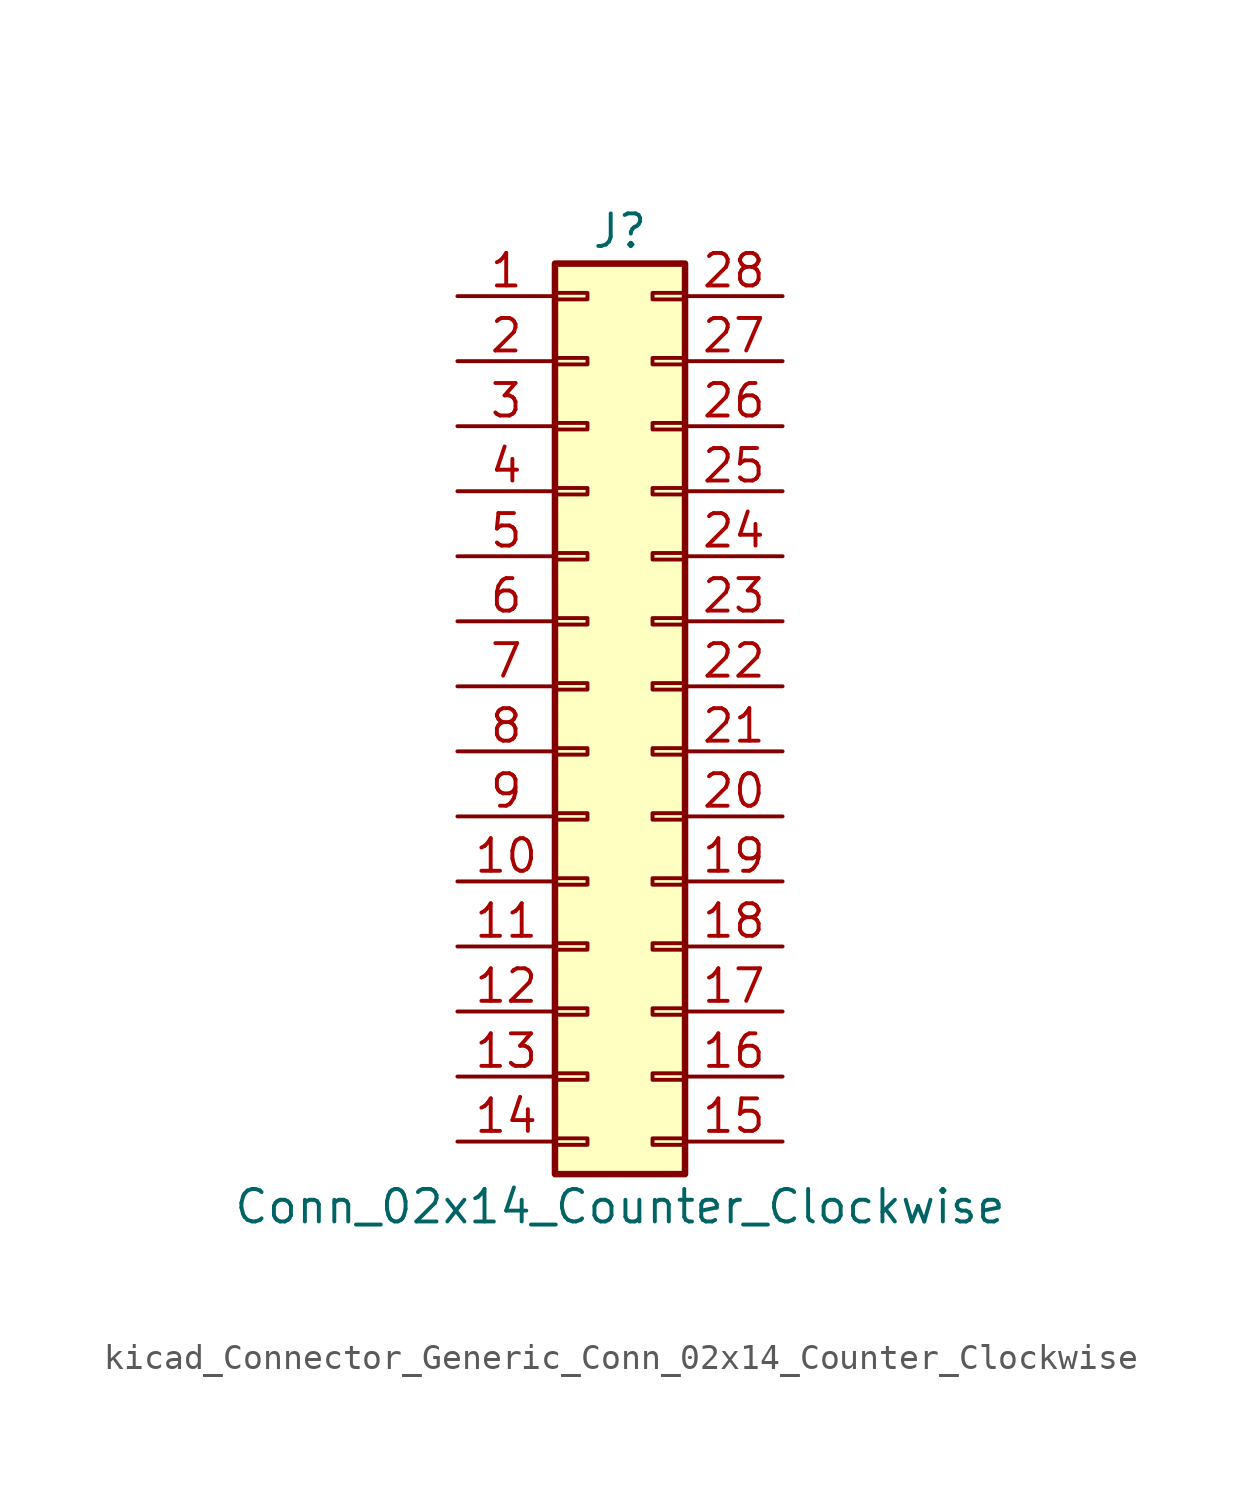
<source format=kicad_sym>
(kicad_symbol_lib
  (version 20220914)
  (generator kicad_symbol_editor)
  (symbol "kicad_Connector_Generic_Conn_02x14_Counter_Clockwise"
    (pin_names
      (offset 1.016) hide)
    (property "Reference" "J"
      (at 1.27 17.78 0)
      (effects (font (size 1.27 1.27))))
    (property "Value" "Conn_02x14_Counter_Clockwise"
      (at 1.27 -20.32 0)
      (effects (font (size 1.27 1.27))))
    (symbol "kicad_Connector_Generic_Conn_02x14_Counter_Clockwise_1_1"
      (rectangle (start -1.27 -17.653) (end 0 -17.907) (stroke (width 0.152) (type default)) (fill (type none)))
      (rectangle (start -1.27 -15.113) (end 0 -15.367) (stroke (width 0.152) (type default)) (fill (type none)))
      (rectangle (start -1.27 -12.573) (end 0 -12.827) (stroke (width 0.152) (type default)) (fill (type none)))
      (rectangle (start -1.27 -10.033) (end 0 -10.287) (stroke (width 0.152) (type default)) (fill (type none)))
      (rectangle (start -1.27 -7.493) (end 0 -7.747) (stroke (width 0.152) (type default)) (fill (type none)))
      (rectangle (start -1.27 -4.953) (end 0 -5.207) (stroke (width 0.152) (type default)) (fill (type none)))
      (rectangle (start -1.27 -2.413) (end 0 -2.667) (stroke (width 0.152) (type default)) (fill (type none)))
      (rectangle (start -1.27 0.127) (end 0 -0.127) (stroke (width 0.152) (type default)) (fill (type none)))
      (rectangle (start -1.27 2.667) (end 0 2.413) (stroke (width 0.152) (type default)) (fill (type none)))
      (rectangle (start -1.27 5.207) (end 0 4.953) (stroke (width 0.152) (type default)) (fill (type none)))
      (rectangle (start -1.27 7.747) (end 0 7.493) (stroke (width 0.152) (type default)) (fill (type none)))
      (rectangle (start -1.27 10.287) (end 0 10.033) (stroke (width 0.152) (type default)) (fill (type none)))
      (rectangle (start -1.27 12.827) (end 0 12.573) (stroke (width 0.152) (type default)) (fill (type none)))
      (rectangle (start -1.27 15.367) (end 0 15.113) (stroke (width 0.152) (type default)) (fill (type none)))
      (rectangle (start -1.27 16.51) (end 3.81 -19.05) (stroke (width 0.254) (type default)) (fill (type background)))
      (rectangle (start 3.81 -17.653) (end 2.54 -17.907) (stroke (width 0.152) (type default)) (fill (type none)))
      (rectangle (start 3.81 -15.113) (end 2.54 -15.367) (stroke (width 0.152) (type default)) (fill (type none)))
      (rectangle (start 3.81 -12.573) (end 2.54 -12.827) (stroke (width 0.152) (type default)) (fill (type none)))
      (rectangle (start 3.81 -10.033) (end 2.54 -10.287) (stroke (width 0.152) (type default)) (fill (type none)))
      (rectangle (start 3.81 -7.493) (end 2.54 -7.747) (stroke (width 0.152) (type default)) (fill (type none)))
      (rectangle (start 3.81 -4.953) (end 2.54 -5.207) (stroke (width 0.152) (type default)) (fill (type none)))
      (rectangle (start 3.81 -2.413) (end 2.54 -2.667) (stroke (width 0.152) (type default)) (fill (type none)))
      (rectangle (start 3.81 0.127) (end 2.54 -0.127) (stroke (width 0.152) (type default)) (fill (type none)))
      (rectangle (start 3.81 2.667) (end 2.54 2.413) (stroke (width 0.152) (type default)) (fill (type none)))
      (rectangle (start 3.81 5.207) (end 2.54 4.953) (stroke (width 0.152) (type default)) (fill (type none)))
      (rectangle (start 3.81 7.747) (end 2.54 7.493) (stroke (width 0.152) (type default)) (fill (type none)))
      (rectangle (start 3.81 10.287) (end 2.54 10.033) (stroke (width 0.152) (type default)) (fill (type none)))
      (rectangle (start 3.81 12.827) (end 2.54 12.573) (stroke (width 0.152) (type default)) (fill (type none)))
      (rectangle (start 3.81 15.367) (end 2.54 15.113) (stroke (width 0.152) (type default)) (fill (type none)))
      (pin passive line (at -5.08 15.24 0) (length 3.81) (name "Pin_1" (effects (font (size 1.27 1.27)))) (number "1" (effects (font (size 1.27 1.27)))))
      (pin passive line (at -5.08 -7.62 0) (length 3.81) (name "Pin_10" (effects (font (size 1.27 1.27)))) (number "10" (effects (font (size 1.27 1.27)))))
      (pin passive line (at -5.08 -10.16 0) (length 3.81) (name "Pin_11" (effects (font (size 1.27 1.27)))) (number "11" (effects (font (size 1.27 1.27)))))
      (pin passive line (at -5.08 -12.7 0) (length 3.81) (name "Pin_12" (effects (font (size 1.27 1.27)))) (number "12" (effects (font (size 1.27 1.27)))))
      (pin passive line (at -5.08 -15.24 0) (length 3.81) (name "Pin_13" (effects (font (size 1.27 1.27)))) (number "13" (effects (font (size 1.27 1.27)))))
      (pin passive line (at -5.08 -17.78 0) (length 3.81) (name "Pin_14" (effects (font (size 1.27 1.27)))) (number "14" (effects (font (size 1.27 1.27)))))
      (pin passive line (at 7.62 -17.78 180) (length 3.81) (name "Pin_15" (effects (font (size 1.27 1.27)))) (number "15" (effects (font (size 1.27 1.27)))))
      (pin passive line (at 7.62 -15.24 180) (length 3.81) (name "Pin_16" (effects (font (size 1.27 1.27)))) (number "16" (effects (font (size 1.27 1.27)))))
      (pin passive line (at 7.62 -12.7 180) (length 3.81) (name "Pin_17" (effects (font (size 1.27 1.27)))) (number "17" (effects (font (size 1.27 1.27)))))
      (pin passive line (at 7.62 -10.16 180) (length 3.81) (name "Pin_18" (effects (font (size 1.27 1.27)))) (number "18" (effects (font (size 1.27 1.27)))))
      (pin passive line (at 7.62 -7.62 180) (length 3.81) (name "Pin_19" (effects (font (size 1.27 1.27)))) (number "19" (effects (font (size 1.27 1.27)))))
      (pin passive line (at -5.08 12.7 0) (length 3.81) (name "Pin_2" (effects (font (size 1.27 1.27)))) (number "2" (effects (font (size 1.27 1.27)))))
      (pin passive line (at 7.62 -5.08 180) (length 3.81) (name "Pin_20" (effects (font (size 1.27 1.27)))) (number "20" (effects (font (size 1.27 1.27)))))
      (pin passive line (at 7.62 -2.54 180) (length 3.81) (name "Pin_21" (effects (font (size 1.27 1.27)))) (number "21" (effects (font (size 1.27 1.27)))))
      (pin passive line (at 7.62 0 180) (length 3.81) (name "Pin_22" (effects (font (size 1.27 1.27)))) (number "22" (effects (font (size 1.27 1.27)))))
      (pin passive line (at 7.62 2.54 180) (length 3.81) (name "Pin_23" (effects (font (size 1.27 1.27)))) (number "23" (effects (font (size 1.27 1.27)))))
      (pin passive line (at 7.62 5.08 180) (length 3.81) (name "Pin_24" (effects (font (size 1.27 1.27)))) (number "24" (effects (font (size 1.27 1.27)))))
      (pin passive line (at 7.62 7.62 180) (length 3.81) (name "Pin_25" (effects (font (size 1.27 1.27)))) (number "25" (effects (font (size 1.27 1.27)))))
      (pin passive line (at 7.62 10.16 180) (length 3.81) (name "Pin_26" (effects (font (size 1.27 1.27)))) (number "26" (effects (font (size 1.27 1.27)))))
      (pin passive line (at 7.62 12.7 180) (length 3.81) (name "Pin_27" (effects (font (size 1.27 1.27)))) (number "27" (effects (font (size 1.27 1.27)))))
      (pin passive line (at 7.62 15.24 180) (length 3.81) (name "Pin_28" (effects (font (size 1.27 1.27)))) (number "28" (effects (font (size 1.27 1.27)))))
      (pin passive line (at -5.08 10.16 0) (length 3.81) (name "Pin_3" (effects (font (size 1.27 1.27)))) (number "3" (effects (font (size 1.27 1.27)))))
      (pin passive line (at -5.08 7.62 0) (length 3.81) (name "Pin_4" (effects (font (size 1.27 1.27)))) (number "4" (effects (font (size 1.27 1.27)))))
      (pin passive line (at -5.08 5.08 0) (length 3.81) (name "Pin_5" (effects (font (size 1.27 1.27)))) (number "5" (effects (font (size 1.27 1.27)))))
      (pin passive line (at -5.08 2.54 0) (length 3.81) (name "Pin_6" (effects (font (size 1.27 1.27)))) (number "6" (effects (font (size 1.27 1.27)))))
      (pin passive line (at -5.08 0 0) (length 3.81) (name "Pin_7" (effects (font (size 1.27 1.27)))) (number "7" (effects (font (size 1.27 1.27)))))
      (pin passive line (at -5.08 -2.54 0) (length 3.81) (name "Pin_8" (effects (font (size 1.27 1.27)))) (number "8" (effects (font (size 1.27 1.27)))))
      (pin passive line (at -5.08 -5.08 0) (length 3.81) (name "Pin_9" (effects (font (size 1.27 1.27)))) (number "9" (effects (font (size 1.27 1.27))))))))
</source>
